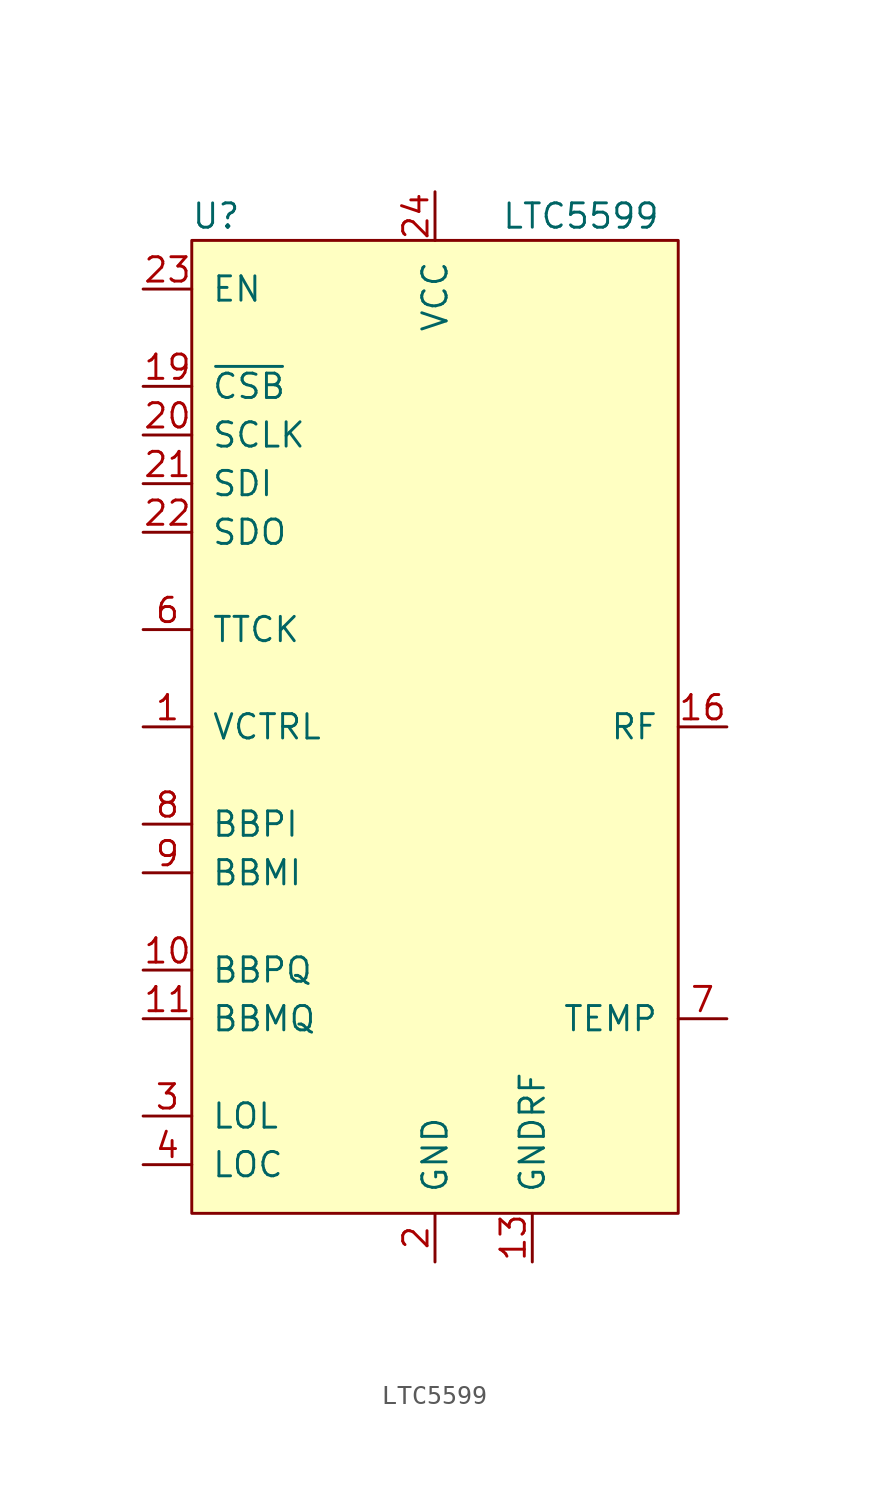
<source format=kicad_sym>
(kicad_symbol_lib
  (version 20211014)
  (generator kicad_symbol_editor)
  (symbol "LTC5599"
    (pin_names
      (offset 1.016))
    (property "Reference" "U"
      (at -11.43 26.67 0)
      (effects (font (size 1.27 1.27))))
    (property "Value" "LTC5599"
      (at 7.62 26.67 0)
      (effects (font (size 1.27 1.27))))
    (symbol "LTC5599_0_1"
      (rectangle (start -12.7 25.4) (end 12.7 -25.4) (stroke (width 0) (type default) (color 0 0 0 0)) (fill (type background))))
    (symbol "LTC5599_1_1"
      (pin input line (at -15.24 0 0) (length 2.54) (name "VCTRL" (effects (font (size 1.27 1.27)))) (number "1" (effects (font (size 1.27 1.27)))))
      (pin passive line (at -15.24 -12.7 0) (length 2.54) (name "BBPQ" (effects (font (size 1.27 1.27)))) (number "10" (effects (font (size 1.27 1.27)))))
      (pin passive line (at -15.24 -15.24 0) (length 2.54) (name "BBMQ" (effects (font (size 1.27 1.27)))) (number "11" (effects (font (size 1.27 1.27)))))
      (pin passive line (at 0 -27.94 90) (length 2.54) hide (name "GND" (effects (font (size 1.27 1.27)))) (number "12" (effects (font (size 1.27 1.27)))))
      (pin power_in line (at 5.08 -27.94 90) (length 2.54) (name "GNDRF" (effects (font (size 1.27 1.27)))) (number "13" (effects (font (size 1.27 1.27)))))
      (pin passive line (at 5.08 -27.94 90) (length 2.54) hide (name "GNDRF" (effects (font (size 1.27 1.27)))) (number "14" (effects (font (size 1.27 1.27)))))
      (pin passive line (at 5.08 -27.94 90) (length 2.54) hide (name "GNDRF" (effects (font (size 1.27 1.27)))) (number "15" (effects (font (size 1.27 1.27)))))
      (pin output line (at 15.24 0 180) (length 2.54) (name "RF" (effects (font (size 1.27 1.27)))) (number "16" (effects (font (size 1.27 1.27)))))
      (pin passive line (at 5.08 -27.94 90) (length 2.54) hide (name "GNDRF" (effects (font (size 1.27 1.27)))) (number "17" (effects (font (size 1.27 1.27)))))
      (pin passive line (at 5.08 -27.94 90) (length 2.54) hide (name "GNDRF" (effects (font (size 1.27 1.27)))) (number "18" (effects (font (size 1.27 1.27)))))
      (pin input line (at -15.24 17.78 0) (length 2.54) (name "~{CSB}" (effects (font (size 1.27 1.27)))) (number "19" (effects (font (size 1.27 1.27)))))
      (pin power_in line (at 0 -27.94 90) (length 2.54) (name "GND" (effects (font (size 1.27 1.27)))) (number "2" (effects (font (size 1.27 1.27)))))
      (pin input line (at -15.24 15.24 0) (length 2.54) (name "SCLK" (effects (font (size 1.27 1.27)))) (number "20" (effects (font (size 1.27 1.27)))))
      (pin input line (at -15.24 12.7 0) (length 2.54) (name "SDI" (effects (font (size 1.27 1.27)))) (number "21" (effects (font (size 1.27 1.27)))))
      (pin output line (at -15.24 10.16 0) (length 2.54) (name "SDO" (effects (font (size 1.27 1.27)))) (number "22" (effects (font (size 1.27 1.27)))))
      (pin input line (at -15.24 22.86 0) (length 2.54) (name "EN" (effects (font (size 1.27 1.27)))) (number "23" (effects (font (size 1.27 1.27)))))
      (pin power_in line (at 0 27.94 270) (length 2.54) (name "VCC" (effects (font (size 1.27 1.27)))) (number "24" (effects (font (size 1.27 1.27)))))
      (pin passive line (at 0 -27.94 90) (length 2.54) hide (name "GND" (effects (font (size 1.27 1.27)))) (number "25" (effects (font (size 1.27 1.27)))))
      (pin input line (at -15.24 -20.32 0) (length 2.54) (name "LOL" (effects (font (size 1.27 1.27)))) (number "3" (effects (font (size 1.27 1.27)))))
      (pin input line (at -15.24 -22.86 0) (length 2.54) (name "LOC" (effects (font (size 1.27 1.27)))) (number "4" (effects (font (size 1.27 1.27)))))
      (pin passive line (at 0 -27.94 90) (length 2.54) hide (name "GND" (effects (font (size 1.27 1.27)))) (number "5" (effects (font (size 1.27 1.27)))))
      (pin input line (at -15.24 5.08 0) (length 2.54) (name "TTCK" (effects (font (size 1.27 1.27)))) (number "6" (effects (font (size 1.27 1.27)))))
      (pin passive line (at 15.24 -15.24 180) (length 2.54) (name "TEMP" (effects (font (size 1.27 1.27)))) (number "7" (effects (font (size 1.27 1.27)))))
      (pin passive line (at -15.24 -5.08 0) (length 2.54) (name "BBPI" (effects (font (size 1.27 1.27)))) (number "8" (effects (font (size 1.27 1.27)))))
      (pin passive line (at -15.24 -7.62 0) (length 2.54) (name "BBMI" (effects (font (size 1.27 1.27)))) (number "9" (effects (font (size 1.27 1.27))))))))
</source>
